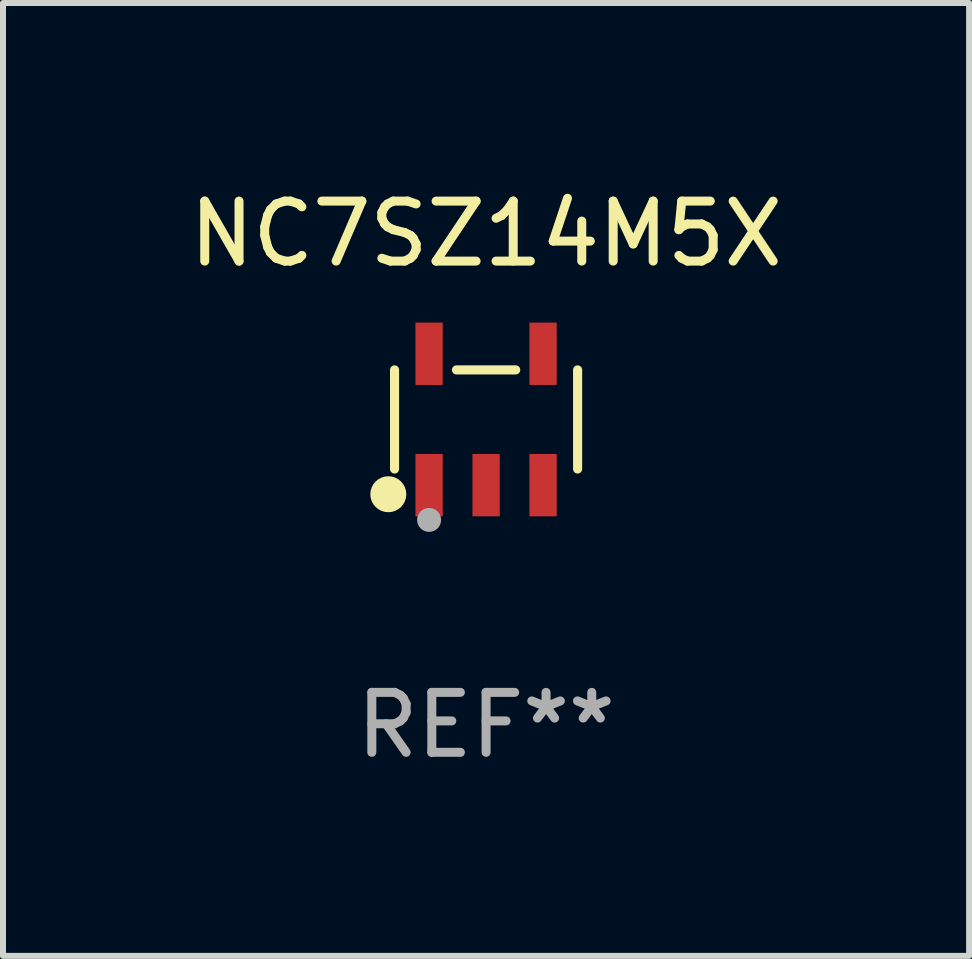
<source format=kicad_pcb>
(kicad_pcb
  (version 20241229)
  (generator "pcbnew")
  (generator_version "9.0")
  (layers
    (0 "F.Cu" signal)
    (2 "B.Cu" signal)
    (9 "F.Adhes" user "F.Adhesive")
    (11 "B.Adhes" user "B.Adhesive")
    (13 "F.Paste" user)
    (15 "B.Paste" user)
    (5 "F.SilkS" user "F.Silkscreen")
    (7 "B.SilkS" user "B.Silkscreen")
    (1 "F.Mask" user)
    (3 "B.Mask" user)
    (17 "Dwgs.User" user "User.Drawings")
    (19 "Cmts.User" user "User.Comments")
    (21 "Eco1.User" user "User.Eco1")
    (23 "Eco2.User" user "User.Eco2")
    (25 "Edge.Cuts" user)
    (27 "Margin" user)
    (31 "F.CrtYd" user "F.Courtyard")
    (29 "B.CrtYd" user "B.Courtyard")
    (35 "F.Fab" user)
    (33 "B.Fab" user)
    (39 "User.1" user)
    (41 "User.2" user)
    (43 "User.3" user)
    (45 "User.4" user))
  (footprint "NC7SZ14M5X"
    (layer "F.Cu")
    (at 5.054 3.943)
    (property "Reference" "NC7SZ14M5X" (at 0 -3.095 0) (layer "F.SilkS") (effects (font (size 1 1) (thickness 0.15))))
    (attr through_hole)
    (fp_line (start -1.526 0.826) (end -1.526 -0.826) (stroke (width 0.152) (type solid)) (layer "F.SilkS"))
    (fp_line (start 0.494 -0.826) (end -0.494 -0.826) (stroke (width 0.152) (type solid)) (layer "F.SilkS"))
    (fp_line (start 1.526 0.826) (end 1.526 -0.826) (stroke (width 0.152) (type solid)) (layer "F.SilkS"))
    (fp_circle (center -1.63 1.247) (end -1.48 1.247) (stroke (width 0.3) (type solid)) (fill no) (layer "F.SilkS"))
    (fp_circle (center -1.45 1.375) (end -1.42 1.375) (stroke (width 0.06) (type solid)) (fill no) (layer "F.SilkS"))
    (fp_circle (center -0.95 1.675) (end -0.85 1.675) (stroke (width 0.2) (type solid)) (fill no) (layer "F.Fab"))
    (fp_text user "REF**" (at 0 5.095 0) (layer "F.Fab") (effects (font (size 1 1) (thickness 0.15))))
    (pad "1" smd rect (at -0.95 1.095) (size 0.455 1.04) (layers "F.Cu" "F.Mask" "F.Paste"))
    (pad "2" smd rect (at 0 1.095) (size 0.455 1.04) (layers "F.Cu" "F.Mask" "F.Paste"))
    (pad "3" smd rect (at 0.95 1.095) (size 0.455 1.04) (layers "F.Cu" "F.Mask" "F.Paste"))
    (pad "4" smd rect (at 0.95 -1.095) (size 0.455 1.04) (layers "F.Cu" "F.Mask" "F.Paste"))
    (pad "5" smd rect (at -0.95 -1.095) (size 0.455 1.04) (layers "F.Cu" "F.Mask" "F.Paste")))
  (gr_rect
    (start -3 -3)
    (end 13.107 12.886)
    (stroke (width 0.1) (type default))
    (fill no)
    (layer "Edge.Cuts")))
</source>
